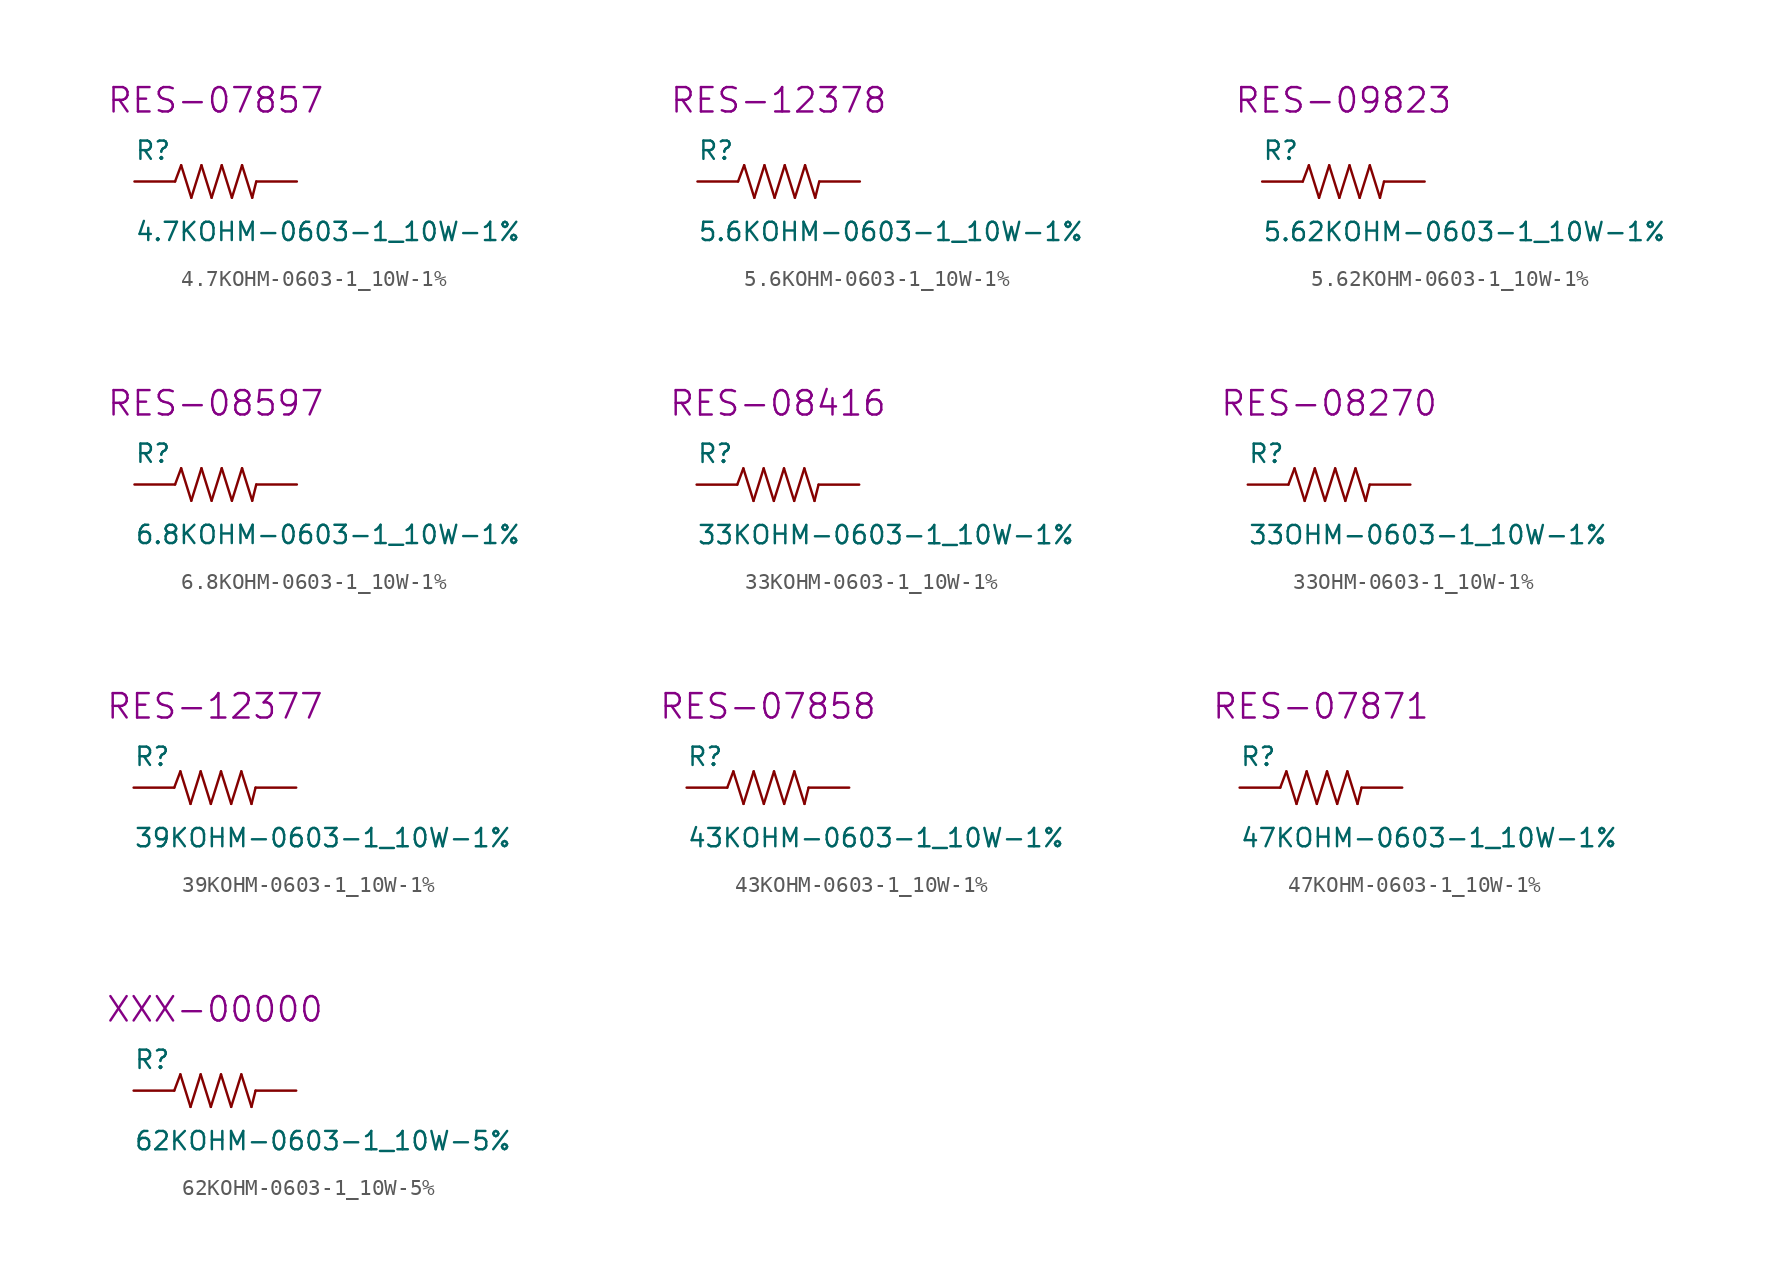
<source format=kicad_sym>
(kicad_symbol_lib
  (version 20220914)
  (generator kicad_symbol_editor)
  (symbol "4.7KOHM-0603-1_10W-1%"
    (pin_numbers hide)
    (pin_names
      (offset 1.016) hide)
    (property "Reference" "R"
      (at -5.08 1.27 0)
      (effects (font (size 1.143 1.143)) (justify left bottom)))
    (property "Value" "4.7KOHM-0603-1_10W-1%"
      (at -5.08 -3.81 0)
      (effects (font (size 1.143 1.143)) (justify left bottom)))
    (property "Field4" "RES-07857"
      (at 0 5.08 0)
      (effects (font (size 1.524 1.524))))
    (property "ki_locked" ""
      (at 0 0 0)
      (effects (font (size 1.27 1.27))))
    (symbol "4.7KOHM-0603-1_10W-1%_1_0"
      (polyline (pts (xy -2.54 0) (xy -2.159 1.016)) (stroke (width 0) (type solid)) (fill (type none)))
      (polyline (pts (xy -2.159 1.016) (xy -1.524 -1.016)) (stroke (width 0) (type solid)) (fill (type none)))
      (polyline (pts (xy -1.524 -1.016) (xy -0.889 1.016)) (stroke (width 0) (type solid)) (fill (type none)))
      (polyline (pts (xy -0.889 1.016) (xy -0.254 -1.016)) (stroke (width 0) (type solid)) (fill (type none)))
      (polyline (pts (xy -0.254 -1.016) (xy 0.381 1.016)) (stroke (width 0) (type solid)) (fill (type none)))
      (polyline (pts (xy 0.381 1.016) (xy 1.016 -1.016)) (stroke (width 0) (type solid)) (fill (type none)))
      (polyline (pts (xy 1.016 -1.016) (xy 1.651 1.016)) (stroke (width 0) (type solid)) (fill (type none)))
      (polyline (pts (xy 1.651 1.016) (xy 2.286 -1.016)) (stroke (width 0) (type solid)) (fill (type none)))
      (polyline (pts (xy 2.286 -1.016) (xy 2.54 0)) (stroke (width 0) (type solid)) (fill (type none))))
    (symbol "4.7KOHM-0603-1_10W-1%_1_1"
      (pin passive line (at -5.08 0 0) (length 2.54) (name "1" (effects (font (size 1.016 1.016)))) (number "1" (effects (font (size 1.016 1.016)))))
      (pin passive line (at 5.08 0 180) (length 2.54) (name "2" (effects (font (size 1.016 1.016)))) (number "2" (effects (font (size 1.016 1.016)))))))
  (symbol "5.6KOHM-0603-1_10W-1%"
    (pin_numbers hide)
    (pin_names
      (offset 1.016) hide)
    (property "Reference" "R"
      (at -5.08 1.27 0)
      (effects (font (size 1.143 1.143)) (justify left bottom)))
    (property "Value" "5.6KOHM-0603-1_10W-1%"
      (at -5.08 -3.81 0)
      (effects (font (size 1.143 1.143)) (justify left bottom)))
    (property "Field4" "RES-12378"
      (at 0 5.08 0)
      (effects (font (size 1.524 1.524))))
    (property "ki_locked" ""
      (at 0 0 0)
      (effects (font (size 1.27 1.27))))
    (symbol "5.6KOHM-0603-1_10W-1%_1_0"
      (polyline (pts (xy -2.54 0) (xy -2.159 1.016)) (stroke (width 0) (type solid)) (fill (type none)))
      (polyline (pts (xy -2.159 1.016) (xy -1.524 -1.016)) (stroke (width 0) (type solid)) (fill (type none)))
      (polyline (pts (xy -1.524 -1.016) (xy -0.889 1.016)) (stroke (width 0) (type solid)) (fill (type none)))
      (polyline (pts (xy -0.889 1.016) (xy -0.254 -1.016)) (stroke (width 0) (type solid)) (fill (type none)))
      (polyline (pts (xy -0.254 -1.016) (xy 0.381 1.016)) (stroke (width 0) (type solid)) (fill (type none)))
      (polyline (pts (xy 0.381 1.016) (xy 1.016 -1.016)) (stroke (width 0) (type solid)) (fill (type none)))
      (polyline (pts (xy 1.016 -1.016) (xy 1.651 1.016)) (stroke (width 0) (type solid)) (fill (type none)))
      (polyline (pts (xy 1.651 1.016) (xy 2.286 -1.016)) (stroke (width 0) (type solid)) (fill (type none)))
      (polyline (pts (xy 2.286 -1.016) (xy 2.54 0)) (stroke (width 0) (type solid)) (fill (type none))))
    (symbol "5.6KOHM-0603-1_10W-1%_1_1"
      (pin passive line (at -5.08 0 0) (length 2.54) (name "1" (effects (font (size 1.016 1.016)))) (number "1" (effects (font (size 1.016 1.016)))))
      (pin passive line (at 5.08 0 180) (length 2.54) (name "2" (effects (font (size 1.016 1.016)))) (number "2" (effects (font (size 1.016 1.016)))))))
  (symbol "5.62KOHM-0603-1_10W-1%"
    (pin_numbers hide)
    (pin_names
      (offset 1.016) hide)
    (property "Reference" "R"
      (at -5.08 1.27 0)
      (effects (font (size 1.143 1.143)) (justify left bottom)))
    (property "Value" "5.62KOHM-0603-1_10W-1%"
      (at -5.08 -3.81 0)
      (effects (font (size 1.143 1.143)) (justify left bottom)))
    (property "Field4" "RES-09823"
      (at 0 5.08 0)
      (effects (font (size 1.524 1.524))))
    (property "ki_locked" ""
      (at 0 0 0)
      (effects (font (size 1.27 1.27))))
    (symbol "5.62KOHM-0603-1_10W-1%_1_0"
      (polyline (pts (xy -2.54 0) (xy -2.159 1.016)) (stroke (width 0) (type solid)) (fill (type none)))
      (polyline (pts (xy -2.159 1.016) (xy -1.524 -1.016)) (stroke (width 0) (type solid)) (fill (type none)))
      (polyline (pts (xy -1.524 -1.016) (xy -0.889 1.016)) (stroke (width 0) (type solid)) (fill (type none)))
      (polyline (pts (xy -0.889 1.016) (xy -0.254 -1.016)) (stroke (width 0) (type solid)) (fill (type none)))
      (polyline (pts (xy -0.254 -1.016) (xy 0.381 1.016)) (stroke (width 0) (type solid)) (fill (type none)))
      (polyline (pts (xy 0.381 1.016) (xy 1.016 -1.016)) (stroke (width 0) (type solid)) (fill (type none)))
      (polyline (pts (xy 1.016 -1.016) (xy 1.651 1.016)) (stroke (width 0) (type solid)) (fill (type none)))
      (polyline (pts (xy 1.651 1.016) (xy 2.286 -1.016)) (stroke (width 0) (type solid)) (fill (type none)))
      (polyline (pts (xy 2.286 -1.016) (xy 2.54 0)) (stroke (width 0) (type solid)) (fill (type none))))
    (symbol "5.62KOHM-0603-1_10W-1%_1_1"
      (pin passive line (at -5.08 0 0) (length 2.54) (name "1" (effects (font (size 1.016 1.016)))) (number "1" (effects (font (size 1.016 1.016)))))
      (pin passive line (at 5.08 0 180) (length 2.54) (name "2" (effects (font (size 1.016 1.016)))) (number "2" (effects (font (size 1.016 1.016)))))))
  (symbol "6.8KOHM-0603-1_10W-1%"
    (pin_numbers hide)
    (pin_names
      (offset 1.016) hide)
    (property "Reference" "R"
      (at -5.08 1.27 0)
      (effects (font (size 1.143 1.143)) (justify left bottom)))
    (property "Value" "6.8KOHM-0603-1_10W-1%"
      (at -5.08 -3.81 0)
      (effects (font (size 1.143 1.143)) (justify left bottom)))
    (property "Field4" "RES-08597"
      (at 0 5.08 0)
      (effects (font (size 1.524 1.524))))
    (property "ki_locked" ""
      (at 0 0 0)
      (effects (font (size 1.27 1.27))))
    (symbol "6.8KOHM-0603-1_10W-1%_1_0"
      (polyline (pts (xy -2.54 0) (xy -2.159 1.016)) (stroke (width 0) (type solid)) (fill (type none)))
      (polyline (pts (xy -2.159 1.016) (xy -1.524 -1.016)) (stroke (width 0) (type solid)) (fill (type none)))
      (polyline (pts (xy -1.524 -1.016) (xy -0.889 1.016)) (stroke (width 0) (type solid)) (fill (type none)))
      (polyline (pts (xy -0.889 1.016) (xy -0.254 -1.016)) (stroke (width 0) (type solid)) (fill (type none)))
      (polyline (pts (xy -0.254 -1.016) (xy 0.381 1.016)) (stroke (width 0) (type solid)) (fill (type none)))
      (polyline (pts (xy 0.381 1.016) (xy 1.016 -1.016)) (stroke (width 0) (type solid)) (fill (type none)))
      (polyline (pts (xy 1.016 -1.016) (xy 1.651 1.016)) (stroke (width 0) (type solid)) (fill (type none)))
      (polyline (pts (xy 1.651 1.016) (xy 2.286 -1.016)) (stroke (width 0) (type solid)) (fill (type none)))
      (polyline (pts (xy 2.286 -1.016) (xy 2.54 0)) (stroke (width 0) (type solid)) (fill (type none))))
    (symbol "6.8KOHM-0603-1_10W-1%_1_1"
      (pin passive line (at -5.08 0 0) (length 2.54) (name "1" (effects (font (size 1.016 1.016)))) (number "1" (effects (font (size 1.016 1.016)))))
      (pin passive line (at 5.08 0 180) (length 2.54) (name "2" (effects (font (size 1.016 1.016)))) (number "2" (effects (font (size 1.016 1.016)))))))
  (symbol "33KOHM-0603-1_10W-1%"
    (pin_numbers hide)
    (pin_names
      (offset 1.016) hide)
    (property "Reference" "R"
      (at -5.08 1.27 0)
      (effects (font (size 1.143 1.143)) (justify left bottom)))
    (property "Value" "33KOHM-0603-1_10W-1%"
      (at -5.08 -3.81 0)
      (effects (font (size 1.143 1.143)) (justify left bottom)))
    (property "Field4" "RES-08416"
      (at 0 5.08 0)
      (effects (font (size 1.524 1.524))))
    (property "ki_locked" ""
      (at 0 0 0)
      (effects (font (size 1.27 1.27))))
    (symbol "33KOHM-0603-1_10W-1%_1_0"
      (polyline (pts (xy -2.54 0) (xy -2.159 1.016)) (stroke (width 0) (type solid)) (fill (type none)))
      (polyline (pts (xy -2.159 1.016) (xy -1.524 -1.016)) (stroke (width 0) (type solid)) (fill (type none)))
      (polyline (pts (xy -1.524 -1.016) (xy -0.889 1.016)) (stroke (width 0) (type solid)) (fill (type none)))
      (polyline (pts (xy -0.889 1.016) (xy -0.254 -1.016)) (stroke (width 0) (type solid)) (fill (type none)))
      (polyline (pts (xy -0.254 -1.016) (xy 0.381 1.016)) (stroke (width 0) (type solid)) (fill (type none)))
      (polyline (pts (xy 0.381 1.016) (xy 1.016 -1.016)) (stroke (width 0) (type solid)) (fill (type none)))
      (polyline (pts (xy 1.016 -1.016) (xy 1.651 1.016)) (stroke (width 0) (type solid)) (fill (type none)))
      (polyline (pts (xy 1.651 1.016) (xy 2.286 -1.016)) (stroke (width 0) (type solid)) (fill (type none)))
      (polyline (pts (xy 2.286 -1.016) (xy 2.54 0)) (stroke (width 0) (type solid)) (fill (type none))))
    (symbol "33KOHM-0603-1_10W-1%_1_1"
      (pin passive line (at -5.08 0 0) (length 2.54) (name "1" (effects (font (size 1.016 1.016)))) (number "1" (effects (font (size 1.016 1.016)))))
      (pin passive line (at 5.08 0 180) (length 2.54) (name "2" (effects (font (size 1.016 1.016)))) (number "2" (effects (font (size 1.016 1.016)))))))
  (symbol "33OHM-0603-1_10W-1%"
    (pin_numbers hide)
    (pin_names
      (offset 1.016) hide)
    (property "Reference" "R"
      (at -5.08 1.27 0)
      (effects (font (size 1.143 1.143)) (justify left bottom)))
    (property "Value" "33OHM-0603-1_10W-1%"
      (at -5.08 -3.81 0)
      (effects (font (size 1.143 1.143)) (justify left bottom)))
    (property "Field4" "RES-08270"
      (at 0 5.08 0)
      (effects (font (size 1.524 1.524))))
    (property "ki_locked" ""
      (at 0 0 0)
      (effects (font (size 1.27 1.27))))
    (symbol "33OHM-0603-1_10W-1%_1_0"
      (polyline (pts (xy -2.54 0) (xy -2.159 1.016)) (stroke (width 0) (type solid)) (fill (type none)))
      (polyline (pts (xy -2.159 1.016) (xy -1.524 -1.016)) (stroke (width 0) (type solid)) (fill (type none)))
      (polyline (pts (xy -1.524 -1.016) (xy -0.889 1.016)) (stroke (width 0) (type solid)) (fill (type none)))
      (polyline (pts (xy -0.889 1.016) (xy -0.254 -1.016)) (stroke (width 0) (type solid)) (fill (type none)))
      (polyline (pts (xy -0.254 -1.016) (xy 0.381 1.016)) (stroke (width 0) (type solid)) (fill (type none)))
      (polyline (pts (xy 0.381 1.016) (xy 1.016 -1.016)) (stroke (width 0) (type solid)) (fill (type none)))
      (polyline (pts (xy 1.016 -1.016) (xy 1.651 1.016)) (stroke (width 0) (type solid)) (fill (type none)))
      (polyline (pts (xy 1.651 1.016) (xy 2.286 -1.016)) (stroke (width 0) (type solid)) (fill (type none)))
      (polyline (pts (xy 2.286 -1.016) (xy 2.54 0)) (stroke (width 0) (type solid)) (fill (type none))))
    (symbol "33OHM-0603-1_10W-1%_1_1"
      (pin passive line (at -5.08 0 0) (length 2.54) (name "1" (effects (font (size 1.016 1.016)))) (number "1" (effects (font (size 1.016 1.016)))))
      (pin passive line (at 5.08 0 180) (length 2.54) (name "2" (effects (font (size 1.016 1.016)))) (number "2" (effects (font (size 1.016 1.016)))))))
  (symbol "39KOHM-0603-1_10W-1%"
    (pin_numbers hide)
    (pin_names
      (offset 1.016) hide)
    (property "Reference" "R"
      (at -5.08 1.27 0)
      (effects (font (size 1.143 1.143)) (justify left bottom)))
    (property "Value" "39KOHM-0603-1_10W-1%"
      (at -5.08 -3.81 0)
      (effects (font (size 1.143 1.143)) (justify left bottom)))
    (property "Field4" "RES-12377"
      (at 0 5.08 0)
      (effects (font (size 1.524 1.524))))
    (property "ki_locked" ""
      (at 0 0 0)
      (effects (font (size 1.27 1.27))))
    (symbol "39KOHM-0603-1_10W-1%_1_0"
      (polyline (pts (xy -2.54 0) (xy -2.159 1.016)) (stroke (width 0) (type solid)) (fill (type none)))
      (polyline (pts (xy -2.159 1.016) (xy -1.524 -1.016)) (stroke (width 0) (type solid)) (fill (type none)))
      (polyline (pts (xy -1.524 -1.016) (xy -0.889 1.016)) (stroke (width 0) (type solid)) (fill (type none)))
      (polyline (pts (xy -0.889 1.016) (xy -0.254 -1.016)) (stroke (width 0) (type solid)) (fill (type none)))
      (polyline (pts (xy -0.254 -1.016) (xy 0.381 1.016)) (stroke (width 0) (type solid)) (fill (type none)))
      (polyline (pts (xy 0.381 1.016) (xy 1.016 -1.016)) (stroke (width 0) (type solid)) (fill (type none)))
      (polyline (pts (xy 1.016 -1.016) (xy 1.651 1.016)) (stroke (width 0) (type solid)) (fill (type none)))
      (polyline (pts (xy 1.651 1.016) (xy 2.286 -1.016)) (stroke (width 0) (type solid)) (fill (type none)))
      (polyline (pts (xy 2.286 -1.016) (xy 2.54 0)) (stroke (width 0) (type solid)) (fill (type none))))
    (symbol "39KOHM-0603-1_10W-1%_1_1"
      (pin passive line (at -5.08 0 0) (length 2.54) (name "1" (effects (font (size 1.016 1.016)))) (number "1" (effects (font (size 1.016 1.016)))))
      (pin passive line (at 5.08 0 180) (length 2.54) (name "2" (effects (font (size 1.016 1.016)))) (number "2" (effects (font (size 1.016 1.016)))))))
  (symbol "43KOHM-0603-1_10W-1%"
    (pin_numbers hide)
    (pin_names
      (offset 1.016) hide)
    (property "Reference" "R"
      (at -5.08 1.27 0)
      (effects (font (size 1.143 1.143)) (justify left bottom)))
    (property "Value" "43KOHM-0603-1_10W-1%"
      (at -5.08 -3.81 0)
      (effects (font (size 1.143 1.143)) (justify left bottom)))
    (property "Field4" "RES-07858"
      (at 0 5.08 0)
      (effects (font (size 1.524 1.524))))
    (property "ki_locked" ""
      (at 0 0 0)
      (effects (font (size 1.27 1.27))))
    (symbol "43KOHM-0603-1_10W-1%_1_0"
      (polyline (pts (xy -2.54 0) (xy -2.159 1.016)) (stroke (width 0) (type solid)) (fill (type none)))
      (polyline (pts (xy -2.159 1.016) (xy -1.524 -1.016)) (stroke (width 0) (type solid)) (fill (type none)))
      (polyline (pts (xy -1.524 -1.016) (xy -0.889 1.016)) (stroke (width 0) (type solid)) (fill (type none)))
      (polyline (pts (xy -0.889 1.016) (xy -0.254 -1.016)) (stroke (width 0) (type solid)) (fill (type none)))
      (polyline (pts (xy -0.254 -1.016) (xy 0.381 1.016)) (stroke (width 0) (type solid)) (fill (type none)))
      (polyline (pts (xy 0.381 1.016) (xy 1.016 -1.016)) (stroke (width 0) (type solid)) (fill (type none)))
      (polyline (pts (xy 1.016 -1.016) (xy 1.651 1.016)) (stroke (width 0) (type solid)) (fill (type none)))
      (polyline (pts (xy 1.651 1.016) (xy 2.286 -1.016)) (stroke (width 0) (type solid)) (fill (type none)))
      (polyline (pts (xy 2.286 -1.016) (xy 2.54 0)) (stroke (width 0) (type solid)) (fill (type none))))
    (symbol "43KOHM-0603-1_10W-1%_1_1"
      (pin passive line (at -5.08 0 0) (length 2.54) (name "1" (effects (font (size 1.016 1.016)))) (number "1" (effects (font (size 1.016 1.016)))))
      (pin passive line (at 5.08 0 180) (length 2.54) (name "2" (effects (font (size 1.016 1.016)))) (number "2" (effects (font (size 1.016 1.016)))))))
  (symbol "47KOHM-0603-1_10W-1%"
    (pin_numbers hide)
    (pin_names
      (offset 1.016) hide)
    (property "Reference" "R"
      (at -5.08 1.27 0)
      (effects (font (size 1.143 1.143)) (justify left bottom)))
    (property "Value" "47KOHM-0603-1_10W-1%"
      (at -5.08 -3.81 0)
      (effects (font (size 1.143 1.143)) (justify left bottom)))
    (property "Field4" "RES-07871"
      (at 0 5.08 0)
      (effects (font (size 1.524 1.524))))
    (property "ki_locked" ""
      (at 0 0 0)
      (effects (font (size 1.27 1.27))))
    (symbol "47KOHM-0603-1_10W-1%_1_0"
      (polyline (pts (xy -2.54 0) (xy -2.159 1.016)) (stroke (width 0) (type solid)) (fill (type none)))
      (polyline (pts (xy -2.159 1.016) (xy -1.524 -1.016)) (stroke (width 0) (type solid)) (fill (type none)))
      (polyline (pts (xy -1.524 -1.016) (xy -0.889 1.016)) (stroke (width 0) (type solid)) (fill (type none)))
      (polyline (pts (xy -0.889 1.016) (xy -0.254 -1.016)) (stroke (width 0) (type solid)) (fill (type none)))
      (polyline (pts (xy -0.254 -1.016) (xy 0.381 1.016)) (stroke (width 0) (type solid)) (fill (type none)))
      (polyline (pts (xy 0.381 1.016) (xy 1.016 -1.016)) (stroke (width 0) (type solid)) (fill (type none)))
      (polyline (pts (xy 1.016 -1.016) (xy 1.651 1.016)) (stroke (width 0) (type solid)) (fill (type none)))
      (polyline (pts (xy 1.651 1.016) (xy 2.286 -1.016)) (stroke (width 0) (type solid)) (fill (type none)))
      (polyline (pts (xy 2.286 -1.016) (xy 2.54 0)) (stroke (width 0) (type solid)) (fill (type none))))
    (symbol "47KOHM-0603-1_10W-1%_1_1"
      (pin passive line (at -5.08 0 0) (length 2.54) (name "1" (effects (font (size 1.016 1.016)))) (number "1" (effects (font (size 1.016 1.016)))))
      (pin passive line (at 5.08 0 180) (length 2.54) (name "2" (effects (font (size 1.016 1.016)))) (number "2" (effects (font (size 1.016 1.016)))))))
  (symbol "62KOHM-0603-1_10W-5%"
    (pin_numbers hide)
    (pin_names
      (offset 1.016) hide)
    (property "Reference" "R"
      (at -5.08 1.27 0)
      (effects (font (size 1.143 1.143)) (justify left bottom)))
    (property "Value" "62KOHM-0603-1_10W-5%"
      (at -5.08 -3.81 0)
      (effects (font (size 1.143 1.143)) (justify left bottom)))
    (property "Field4" "XXX-00000"
      (at 0 5.08 0)
      (effects (font (size 1.524 1.524))))
    (property "ki_locked" ""
      (at 0 0 0)
      (effects (font (size 1.27 1.27))))
    (symbol "62KOHM-0603-1_10W-5%_1_0"
      (polyline (pts (xy -2.54 0) (xy -2.159 1.016)) (stroke (width 0) (type solid)) (fill (type none)))
      (polyline (pts (xy -2.159 1.016) (xy -1.524 -1.016)) (stroke (width 0) (type solid)) (fill (type none)))
      (polyline (pts (xy -1.524 -1.016) (xy -0.889 1.016)) (stroke (width 0) (type solid)) (fill (type none)))
      (polyline (pts (xy -0.889 1.016) (xy -0.254 -1.016)) (stroke (width 0) (type solid)) (fill (type none)))
      (polyline (pts (xy -0.254 -1.016) (xy 0.381 1.016)) (stroke (width 0) (type solid)) (fill (type none)))
      (polyline (pts (xy 0.381 1.016) (xy 1.016 -1.016)) (stroke (width 0) (type solid)) (fill (type none)))
      (polyline (pts (xy 1.016 -1.016) (xy 1.651 1.016)) (stroke (width 0) (type solid)) (fill (type none)))
      (polyline (pts (xy 1.651 1.016) (xy 2.286 -1.016)) (stroke (width 0) (type solid)) (fill (type none)))
      (polyline (pts (xy 2.286 -1.016) (xy 2.54 0)) (stroke (width 0) (type solid)) (fill (type none))))
    (symbol "62KOHM-0603-1_10W-5%_1_1"
      (pin passive line (at -5.08 0 0) (length 2.54) (name "1" (effects (font (size 1.016 1.016)))) (number "1" (effects (font (size 1.016 1.016)))))
      (pin passive line (at 5.08 0 180) (length 2.54) (name "2" (effects (font (size 1.016 1.016)))) (number "2" (effects (font (size 1.016 1.016))))))))
</source>
